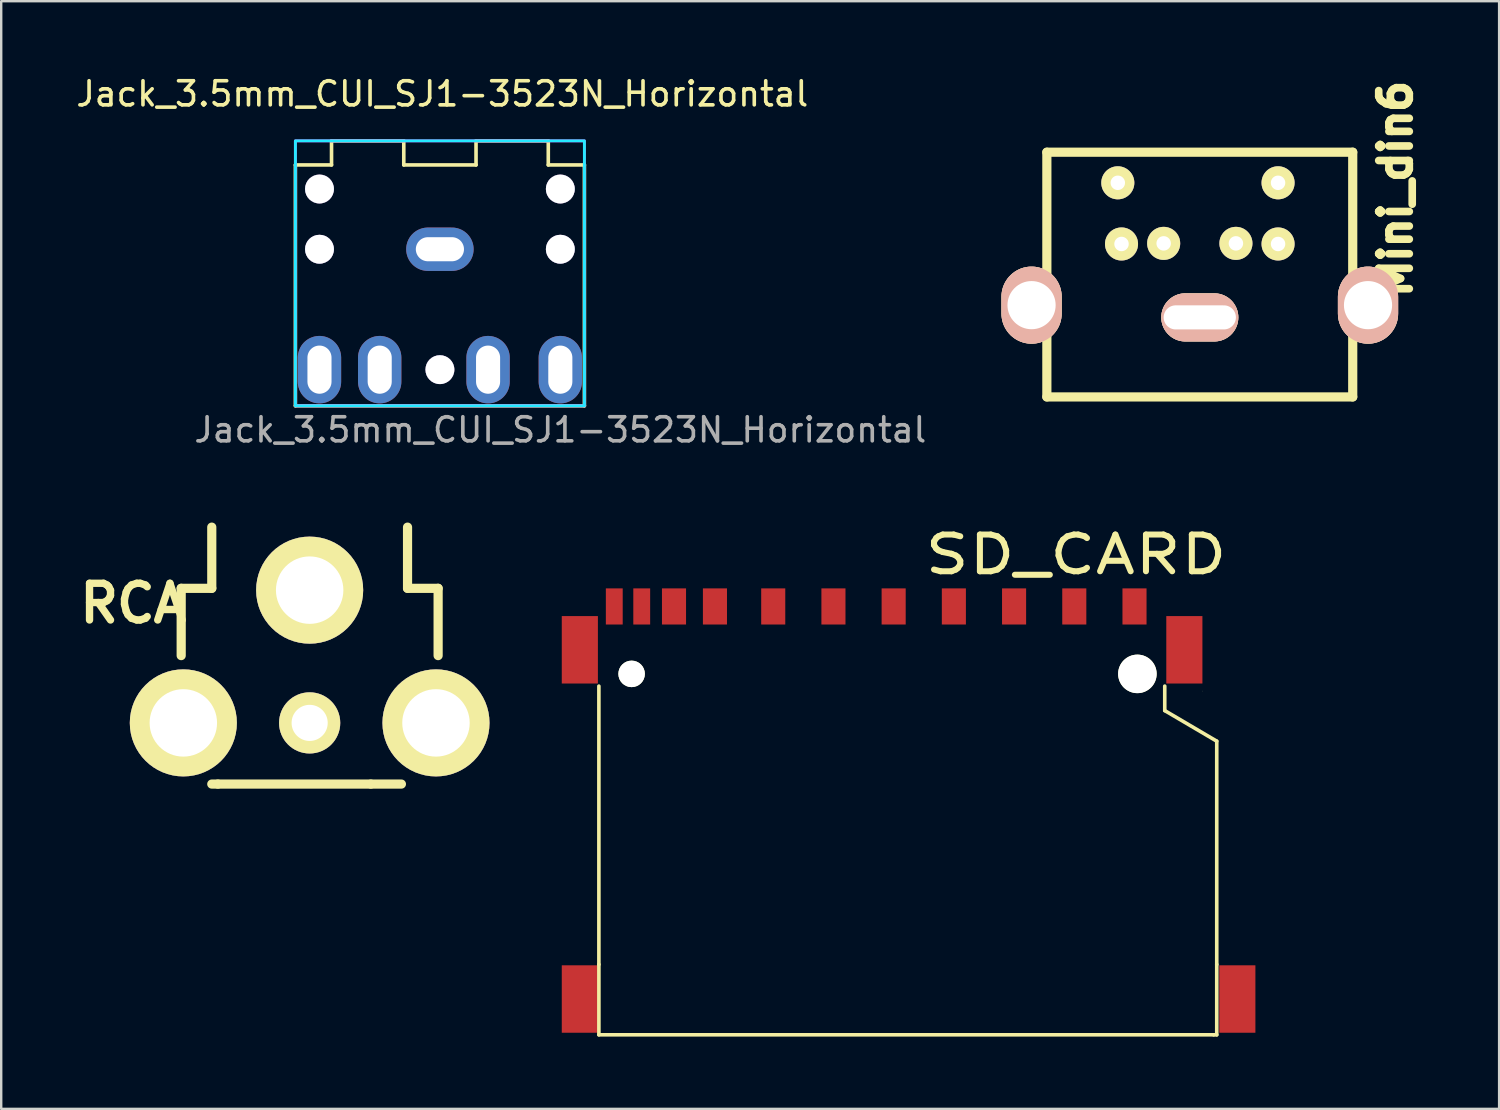
<source format=kicad_pcb>
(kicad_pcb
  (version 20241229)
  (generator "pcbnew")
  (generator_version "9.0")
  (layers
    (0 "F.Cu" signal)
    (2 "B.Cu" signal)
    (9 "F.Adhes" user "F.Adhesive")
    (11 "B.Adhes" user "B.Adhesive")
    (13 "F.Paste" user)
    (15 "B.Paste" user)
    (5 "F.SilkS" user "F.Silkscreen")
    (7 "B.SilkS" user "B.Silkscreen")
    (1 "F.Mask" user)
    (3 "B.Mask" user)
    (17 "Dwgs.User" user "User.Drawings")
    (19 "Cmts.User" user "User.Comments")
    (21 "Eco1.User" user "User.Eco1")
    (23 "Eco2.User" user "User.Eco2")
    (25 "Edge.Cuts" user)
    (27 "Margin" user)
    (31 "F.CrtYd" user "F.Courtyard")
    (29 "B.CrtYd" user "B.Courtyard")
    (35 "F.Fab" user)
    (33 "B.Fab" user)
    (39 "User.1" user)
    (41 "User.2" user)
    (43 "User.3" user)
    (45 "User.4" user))
  (footprint "RCA"
    (layer "F.Cu")
    (at 9.807 26.965)
    (property "Reference" "RCA" (at -7.325 -4.962 0) (layer "F.SilkS") (effects (font (size 1.524 1.524) (thickness 0.305))))
    (attr through_hole)
    (fp_line (start -5.334 -5.588) (end -4.064 -5.588) (stroke (width 0.381) (type solid)) (layer "F.SilkS"))
    (fp_line (start -5.334 -2.794) (end -5.334 -5.588) (stroke (width 0.381) (type solid)) (layer "F.SilkS"))
    (fp_line (start -4.064 -5.588) (end -4.064 -8.128) (stroke (width 0.381) (type solid)) (layer "F.SilkS"))
    (fp_line (start -3.81 2.54) (end -4.064 2.54) (stroke (width 0.381) (type solid)) (layer "F.SilkS"))
    (fp_line (start -3.81 2.54) (end 2.54 2.54) (stroke (width 0.381) (type solid)) (layer "F.SilkS"))
    (fp_line (start 2.54 2.54) (end 3.81 2.54) (stroke (width 0.381) (type solid)) (layer "F.SilkS"))
    (fp_line (start 4.064 -5.588) (end 4.064 -8.128) (stroke (width 0.381) (type solid)) (layer "F.SilkS"))
    (fp_line (start 5.334 -5.588) (end 4.064 -5.588) (stroke (width 0.381) (type solid)) (layer "F.SilkS"))
    (fp_line (start 5.334 -2.794) (end 5.334 -5.588) (stroke (width 0.381) (type solid)) (layer "F.SilkS"))
    (pad "1" thru_hole circle (at 0 -5.512) (size 4.445 4.445) (drill 2.8) (layers "*.Cu" "*.Mask" "F.SilkS"))
    (pad "2" thru_hole circle (at -5.245 0) (size 4.445 4.445) (drill 2.8) (layers "*.Cu" "*.Mask" "F.SilkS"))
    (pad "3" thru_hole circle (at 5.245 0) (size 4.445 4.445) (drill 2.8) (layers "*.Cu" "*.Mask" "F.SilkS"))
    (pad "4" thru_hole circle (at 0 0) (size 2.54 2.54) (drill 1.5) (layers "*.Cu" "*.Mask" "F.SilkS")))
  (footprint "SD_CARD"
    (layer "F.Cu")
    (at 29.055 24.93)
    (property "Reference" "SD_CARD" (at 12.573 -4.953 0) (layer "F.SilkS") (effects (font (size 1.524 1.905) (thickness 0.25))))
    (attr through_hole)
    (fp_line (start -7.239 0.508) (end -7.239 12.065) (stroke (width 0.15) (type solid)) (layer "F.SilkS"))
    (fp_line (start -7.239 12.065) (end -7.239 14.986) (stroke (width 0.15) (type solid)) (layer "F.SilkS"))
    (fp_line (start -7.239 14.986) (end 18.288 14.986) (stroke (width 0.15) (type solid)) (layer "F.SilkS"))
    (fp_line (start 16.256 1.524) (end 16.256 0.508) (stroke (width 0.15) (type solid)) (layer "F.SilkS"))
    (fp_line (start 17.82 0.72) (end 17.82 0.71) (stroke (width 0.01) (type solid)) (layer "F.SilkS"))
    (fp_line (start 18.288 14.986) (end 18.415 14.986) (stroke (width 0.15) (type solid)) (layer "F.SilkS"))
    (fp_line (start 18.415 2.794) (end 16.256 1.524) (stroke (width 0.15) (type solid)) (layer "F.SilkS"))
    (fp_line (start 18.415 12.065) (end 18.415 2.794) (stroke (width 0.15) (type solid)) (layer "F.SilkS"))
    (fp_line (start 18.415 14.986) (end 18.415 12.065) (stroke (width 0.15) (type solid)) (layer "F.SilkS"))
    (pad "" np_thru_hole circle (at -5.88 0) (size 1.1 1.1) (drill 1.1) (layers "*.Cu" "*.Mask" "F.SilkS"))
    (pad "" np_thru_hole circle (at 15.12 0) (size 1.6 1.6) (drill 1.6) (layers "*.Cu" "*.Mask" "F.SilkS"))
    (pad "1" smd rect (at 12.5 -2.8) (size 1 1.5) (layers "F.Cu" "F.Mask"))
    (pad "2" smd rect (at 10 -2.8) (size 1 1.5) (layers "F.Cu" "F.Mask"))
    (pad "3" smd rect (at 7.5 -2.8) (size 1 1.5) (layers "F.Cu" "F.Mask"))
    (pad "4" smd rect (at 5 -2.8) (size 1 1.5) (layers "F.Cu" "F.Mask"))
    (pad "5" smd rect (at 2.5 -2.8) (size 1 1.5) (layers "F.Cu" "F.Mask"))
    (pad "6" smd rect (at 0 -2.8) (size 1 1.5) (layers "F.Cu" "F.Mask"))
    (pad "7" smd rect (at -2.42 -2.8) (size 1 1.5) (layers "F.Cu" "F.Mask"))
    (pad "8" smd rect (at -4.12 -2.8) (size 1 1.5) (layers "F.Cu" "F.Mask"))
    (pad "9" smd rect (at 15 -2.8) (size 1 1.5) (layers "F.Cu" "F.Mask"))
    (pad "10" smd rect (at -5.46 -2.8) (size 0.7 1.5) (layers "F.Cu" "F.Mask"))
    (pad "11" smd rect (at -6.6 -2.8) (size 0.7 1.5) (layers "F.Cu" "F.Mask"))
    (pad "12" smd rect (at 17.07 -1) (size 1.5 2.8) (layers "F.Cu" "F.Mask"))
    (pad "13" smd rect (at -8.03 -1) (size 1.5 2.8) (layers "F.Cu" "F.Mask"))
    (pad "14" smd rect (at -8.03 13.5) (size 1.5 2.8) (layers "F.Cu" "F.Mask"))
    (pad "15" smd rect (at 19.27 13.5) (size 1.5 2.8) (layers "F.Cu" "F.Mask")))
  (footprint "Jack_3.5mm_CUI_SJ1-3523N_Horizontal"
    (layer "F.Cu")
    (at 15.215 7.298)
    (property "Reference" "Jack_3.5mm_CUI_SJ1-3523N_Horizontal" (at 0.1 -6.45 0) (layer "F.SilkS") (effects (font (size 1 1) (thickness 0.15))))
    (attr through_hole)
    (fp_line (start -6 6.5) (end -6 -3.5) (stroke (width 0.15) (type solid)) (layer "F.SilkS"))
    (fp_line (start -6 6.5) (end 6 6.5) (stroke (width 0.15) (type solid)) (layer "F.SilkS"))
    (fp_line (start -4.5 -4.5) (end -1.5 -4.5) (stroke (width 0.15) (type solid)) (layer "F.SilkS"))
    (fp_line (start -4.5 -3.5) (end -6 -3.5) (stroke (width 0.15) (type solid)) (layer "F.SilkS"))
    (fp_line (start -4.5 -3.5) (end -4.5 -4.5) (stroke (width 0.15) (type solid)) (layer "F.SilkS"))
    (fp_line (start -1.5 -4.5) (end -1.5 -3.5) (stroke (width 0.15) (type solid)) (layer "F.SilkS"))
    (fp_line (start -1.5 -3.5) (end 1.5 -3.5) (stroke (width 0.15) (type solid)) (layer "F.SilkS"))
    (fp_line (start 1.5 -4.5) (end 1.5 -3.5) (stroke (width 0.15) (type solid)) (layer "F.SilkS"))
    (fp_line (start 4.5 -4.5) (end 1.5 -4.5) (stroke (width 0.15) (type solid)) (layer "F.SilkS"))
    (fp_line (start 4.5 -3.5) (end 4.5 -4.5) (stroke (width 0.15) (type solid)) (layer "F.SilkS"))
    (fp_line (start 4.5 -3.5) (end 6 -3.5) (stroke (width 0.15) (type solid)) (layer "F.SilkS"))
    (fp_line (start 6 6.5) (end 6 -3.5) (stroke (width 0.15) (type solid)) (layer "F.SilkS"))
    (fp_rect (start -6 -4.5) (end 6 6.5) (stroke (width 0.12) (type solid)) (fill no) (layer "B.CrtYd"))
    (fp_rect (start -6 -4.5) (end 6 6.5) (stroke (width 0.12) (type solid)) (fill no) (layer "F.CrtYd"))
    (fp_text user "${REFERENCE}" (at 5 7.5 0) (layer "F.Fab") (effects (font (size 1 1) (thickness 0.15))))
    (pad "90" thru_hole circle (at -5 -2.5) (size 1.2 1.2) (drill 1.2) (layers "*.Cu" "*.Mask"))
    (pad "90" thru_hole circle (at -5 0) (size 1.2 1.2) (drill 1.2) (layers "*.Cu" "*.Mask"))
    (pad "90" thru_hole circle (at 0 5) (size 1.2 1.2) (drill 1.2) (layers "*.Cu" "*.Mask"))
    (pad "90" thru_hole circle (at 5 -2.5) (size 1.2 1.2) (drill 1.2) (layers "*.Cu" "*.Mask"))
    (pad "90" thru_hole circle (at 5 0) (size 1.2 1.2) (drill 1.2) (layers "*.Cu" "*.Mask"))
    (pad "R" thru_hole oval (at 5 5 90) (size 2.8 1.8) (drill oval 2 1) (layers "*.Cu" "*.Mask"))
    (pad "RN" thru_hole oval (at 2 5 90) (size 2.8 1.8) (drill oval 2 1) (layers "*.Cu" "*.Mask"))
    (pad "S" thru_hole oval (at 0 0) (size 2.8 1.8) (drill oval 2 1) (layers "*.Cu" "*.Mask"))
    (pad "T" thru_hole oval (at -5 5 90) (size 2.8 1.8) (drill oval 2 1) (layers "*.Cu" "*.Mask"))
    (pad "TN" thru_hole oval (at -2.5 5 90) (size 2.8 1.8) (drill oval 2 1) (layers "*.Cu" "*.Mask")))
  (footprint "Mini_din6"
    (layer "F.Cu")
    (at 46.766 8.35)
    (property "Reference" "Mini_din6" (at 8.128 -3.556 90) (layer "F.SilkS") (effects (font (size 1.27 1.27) (thickness 0.318))))
    (attr through_hole)
    (fp_line (start -6.35 -5.08) (end 6.35 -5.08) (stroke (width 0.381) (type solid)) (layer "F.SilkS"))
    (fp_line (start -6.35 1.27) (end -6.35 -5.08) (stroke (width 0.381) (type solid)) (layer "F.SilkS"))
    (fp_line (start -6.35 5.08) (end -6.35 1.27) (stroke (width 0.381) (type solid)) (layer "F.SilkS"))
    (fp_line (start 6.35 -5.08) (end 6.35 5.08) (stroke (width 0.381) (type solid)) (layer "F.SilkS"))
    (fp_line (start 6.35 5.08) (end -6.35 5.08) (stroke (width 0.381) (type solid)) (layer "F.SilkS"))
    (pad "1" thru_hole circle (at 1.5 -1.295) (size 1.372 1.372) (drill 0.6) (layers "*.Cu" "*.Mask" "F.SilkS"))
    (pad "2" thru_hole circle (at -1.5 -1.295) (size 1.372 1.372) (drill 0.6) (layers "*.Cu" "*.Mask" "F.SilkS"))
    (pad "3" thru_hole circle (at 3.25 -1.27) (size 1.372 1.372) (drill 0.6) (layers "*.Cu" "*.Mask" "F.SilkS"))
    (pad "4" thru_hole circle (at -3.25 -1.27) (size 1.372 1.372) (drill 0.6) (layers "*.Cu" "*.Mask" "F.SilkS"))
    (pad "5" thru_hole circle (at 3.25 -3.81) (size 1.372 1.372) (drill 0.6) (layers "*.Cu" "*.Mask" "F.SilkS"))
    (pad "6" thru_hole circle (at -3.404 -3.81) (size 1.372 1.372) (drill 0.6) (layers "*.Cu" "*.Mask" "F.SilkS"))
    (pad "GND" thru_hole oval (at -6.985 1.27) (size 2.5 3.2) (drill 2) (layers "*.Cu" "*.SilkS" "*.Mask"))
    (pad "GND" thru_hole oval (at 0 1.778) (size 3.2 1.999) (drill oval 3 1) (layers "*.Cu" "*.SilkS" "*.Mask"))
    (pad "GND" thru_hole oval (at 6.985 1.27) (size 2.5 3.2) (drill 2) (layers "*.Cu" "*.SilkS" "*.Mask")))
  (gr_rect
    (start -3 -3)
    (end 59.194 42.991)
    (stroke (width 0.1) (type default))
    (fill no)
    (layer "Edge.Cuts")))
</source>
